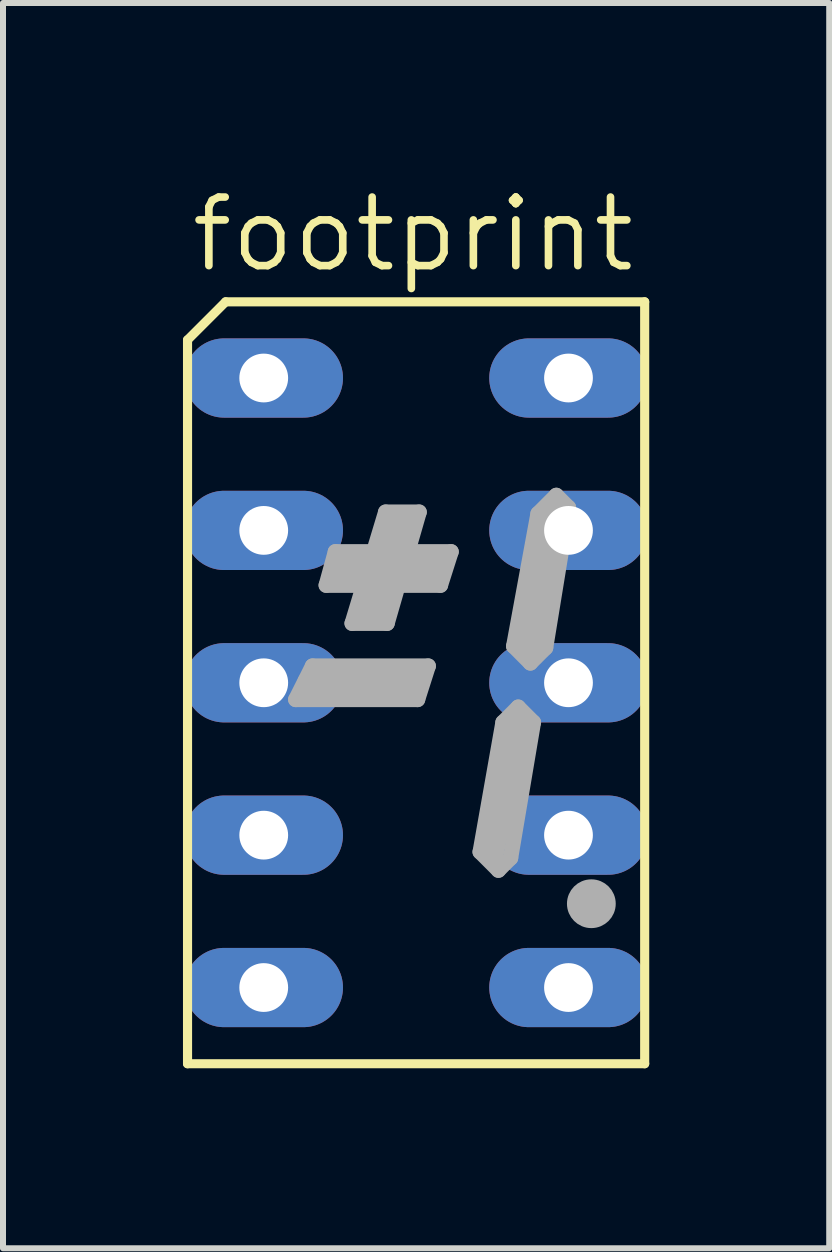
<source format=kicad_pcb>
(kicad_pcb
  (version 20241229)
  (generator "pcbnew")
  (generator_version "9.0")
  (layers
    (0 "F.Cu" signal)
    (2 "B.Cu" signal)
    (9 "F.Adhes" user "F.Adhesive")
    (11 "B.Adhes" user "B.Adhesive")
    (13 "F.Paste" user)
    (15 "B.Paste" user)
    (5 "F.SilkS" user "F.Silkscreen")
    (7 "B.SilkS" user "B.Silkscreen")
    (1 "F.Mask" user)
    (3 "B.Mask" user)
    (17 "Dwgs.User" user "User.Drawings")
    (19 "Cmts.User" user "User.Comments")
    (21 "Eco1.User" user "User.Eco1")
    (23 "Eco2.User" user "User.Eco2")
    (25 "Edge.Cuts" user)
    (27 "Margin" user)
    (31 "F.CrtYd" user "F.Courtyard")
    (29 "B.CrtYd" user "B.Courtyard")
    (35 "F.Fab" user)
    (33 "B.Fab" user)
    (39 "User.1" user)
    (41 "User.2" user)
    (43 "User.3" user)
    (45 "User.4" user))
  (footprint "footprint"
    (layer "F.Cu")
    (at 3.886 8.331)
    (property "Reference" "footprint" (at -3.81 -6.807 0) (layer "F.SilkS") (effects (font (size 1.143 1.143) (thickness 0.127)) (justify left bottom)))
    (fp_line (start -3.81 -5.715) (end -3.81 6.35) (stroke (width 0.152) (type solid)) (layer "F.SilkS"))
    (fp_line (start -3.81 -5.715) (end -3.175 -6.35) (stroke (width 0.152) (type solid)) (layer "F.SilkS"))
    (fp_line (start -3.175 -6.35) (end 3.81 -6.35) (stroke (width 0.152) (type solid)) (layer "F.SilkS"))
    (fp_line (start 3.81 -6.35) (end 3.81 6.35) (stroke (width 0.152) (type solid)) (layer "F.SilkS"))
    (fp_line (start 3.81 6.35) (end -3.81 6.35) (stroke (width 0.152) (type solid)) (layer "F.SilkS"))
    (fp_line (start -2.007 0.279) (end 0.025 0.279) (stroke (width 0.254) (type solid)) (layer "F.Fab"))
    (fp_line (start -1.778 0) (end 0 0) (stroke (width 0.406) (type solid)) (layer "F.Fab"))
    (fp_line (start -1.727 -0.279) (end -2.007 0.279) (stroke (width 0.254) (type solid)) (layer "F.Fab"))
    (fp_line (start -1.499 -1.626) (end 0.406 -1.626) (stroke (width 0.254) (type solid)) (layer "F.Fab"))
    (fp_line (start -1.346 -2.184) (end -1.499 -1.626) (stroke (width 0.254) (type solid)) (layer "F.Fab"))
    (fp_line (start -1.27 -1.905) (end 0.381 -1.905) (stroke (width 0.406) (type solid)) (layer "F.Fab"))
    (fp_line (start -0.762 -1.143) (end -0.254 -2.667) (stroke (width 0.406) (type solid)) (layer "F.Fab"))
    (fp_line (start -0.508 -2.845) (end -1.067 -0.991) (stroke (width 0.254) (type solid)) (layer "F.Fab"))
    (fp_line (start -0.483 -0.991) (end -1.067 -0.991) (stroke (width 0.254) (type solid)) (layer "F.Fab"))
    (fp_line (start -0.483 -0.991) (end 0.051 -2.845) (stroke (width 0.254) (type solid)) (layer "F.Fab"))
    (fp_line (start 0.051 -2.845) (end -0.508 -2.845) (stroke (width 0.254) (type solid)) (layer "F.Fab"))
    (fp_line (start 0.203 -0.279) (end -1.727 -0.279) (stroke (width 0.254) (type solid)) (layer "F.Fab"))
    (fp_line (start 0.203 -0.279) (end 0.025 0.279) (stroke (width 0.254) (type solid)) (layer "F.Fab"))
    (fp_line (start 0.584 -2.184) (end -1.346 -2.184) (stroke (width 0.254) (type solid)) (layer "F.Fab"))
    (fp_line (start 0.584 -2.184) (end 0.406 -1.626) (stroke (width 0.254) (type solid)) (layer "F.Fab"))
    (fp_line (start 1.067 2.819) (end 1.372 3.124) (stroke (width 0.254) (type solid)) (layer "F.Fab"))
    (fp_line (start 1.372 3.124) (end 1.575 2.921) (stroke (width 0.254) (type solid)) (layer "F.Fab"))
    (fp_line (start 1.448 0.66) (end 1.067 2.819) (stroke (width 0.254) (type solid)) (layer "F.Fab"))
    (fp_line (start 1.575 2.921) (end 1.956 0.66) (stroke (width 0.254) (type solid)) (layer "F.Fab"))
    (fp_line (start 1.626 -0.61) (end 1.905 -0.33) (stroke (width 0.254) (type solid)) (layer "F.Fab"))
    (fp_line (start 1.651 0.762) (end 1.27 2.794) (stroke (width 0.406) (type solid)) (layer "F.Fab"))
    (fp_line (start 1.702 0.406) (end 1.448 0.66) (stroke (width 0.254) (type solid)) (layer "F.Fab"))
    (fp_line (start 1.905 -0.33) (end 2.159 -0.584) (stroke (width 0.254) (type solid)) (layer "F.Fab"))
    (fp_line (start 1.956 0.66) (end 1.702 0.406) (stroke (width 0.254) (type solid)) (layer "F.Fab"))
    (fp_line (start 2.032 -2.819) (end 1.626 -0.61) (stroke (width 0.254) (type solid)) (layer "F.Fab"))
    (fp_line (start 2.159 -0.584) (end 2.54 -2.921) (stroke (width 0.254) (type solid)) (layer "F.Fab"))
    (fp_line (start 2.286 -2.794) (end 1.905 -0.635) (stroke (width 0.406) (type solid)) (layer "F.Fab"))
    (fp_line (start 2.337 -3.124) (end 2.032 -2.819) (stroke (width 0.254) (type solid)) (layer "F.Fab"))
    (fp_line (start 2.54 -2.921) (end 2.337 -3.124) (stroke (width 0.254) (type solid)) (layer "F.Fab"))
    (fp_line (start 2.794 3.683) (end 3.048 3.683) (stroke (width 0.305) (type solid)) (layer "F.Fab"))
    (fp_circle (center 2.921 3.683) (end 3.175 3.683) (stroke (width 0.305) (type solid)) (fill no) (layer "F.Fab"))
    (pad "1" thru_hole oval (at -2.54 -5.08) (size 2.642 1.321) (drill 0.813) (layers "*.Cu" "*.Mask"))
    (pad "2" thru_hole oval (at -2.54 -2.54) (size 2.642 1.321) (drill 0.813) (layers "*.Cu" "*.Mask"))
    (pad "3" thru_hole oval (at -2.54 0) (size 2.642 1.321) (drill 0.813) (layers "*.Cu" "*.Mask"))
    (pad "4" thru_hole oval (at -2.54 2.54) (size 2.642 1.321) (drill 0.813) (layers "*.Cu" "*.Mask"))
    (pad "5" thru_hole oval (at -2.54 5.08) (size 2.642 1.321) (drill 0.813) (layers "*.Cu" "*.Mask"))
    (pad "6" thru_hole oval (at 2.54 5.08) (size 2.642 1.321) (drill 0.813) (layers "*.Cu" "*.Mask"))
    (pad "7" thru_hole oval (at 2.54 2.54) (size 2.642 1.321) (drill 0.813) (layers "*.Cu" "*.Mask"))
    (pad "8" thru_hole oval (at 2.54 0) (size 2.642 1.321) (drill 0.813) (layers "*.Cu" "*.Mask"))
    (pad "9" thru_hole oval (at 2.54 -2.54) (size 2.642 1.321) (drill 0.813) (layers "*.Cu" "*.Mask"))
    (pad "10" thru_hole oval (at 2.54 -5.08) (size 2.642 1.321) (drill 0.813) (layers "*.Cu" "*.Mask")))
  (gr_rect
    (start -3 -3)
    (end 10.772 17.757)
    (stroke (width 0.1) (type default))
    (fill no)
    (layer "Edge.Cuts")))
</source>
